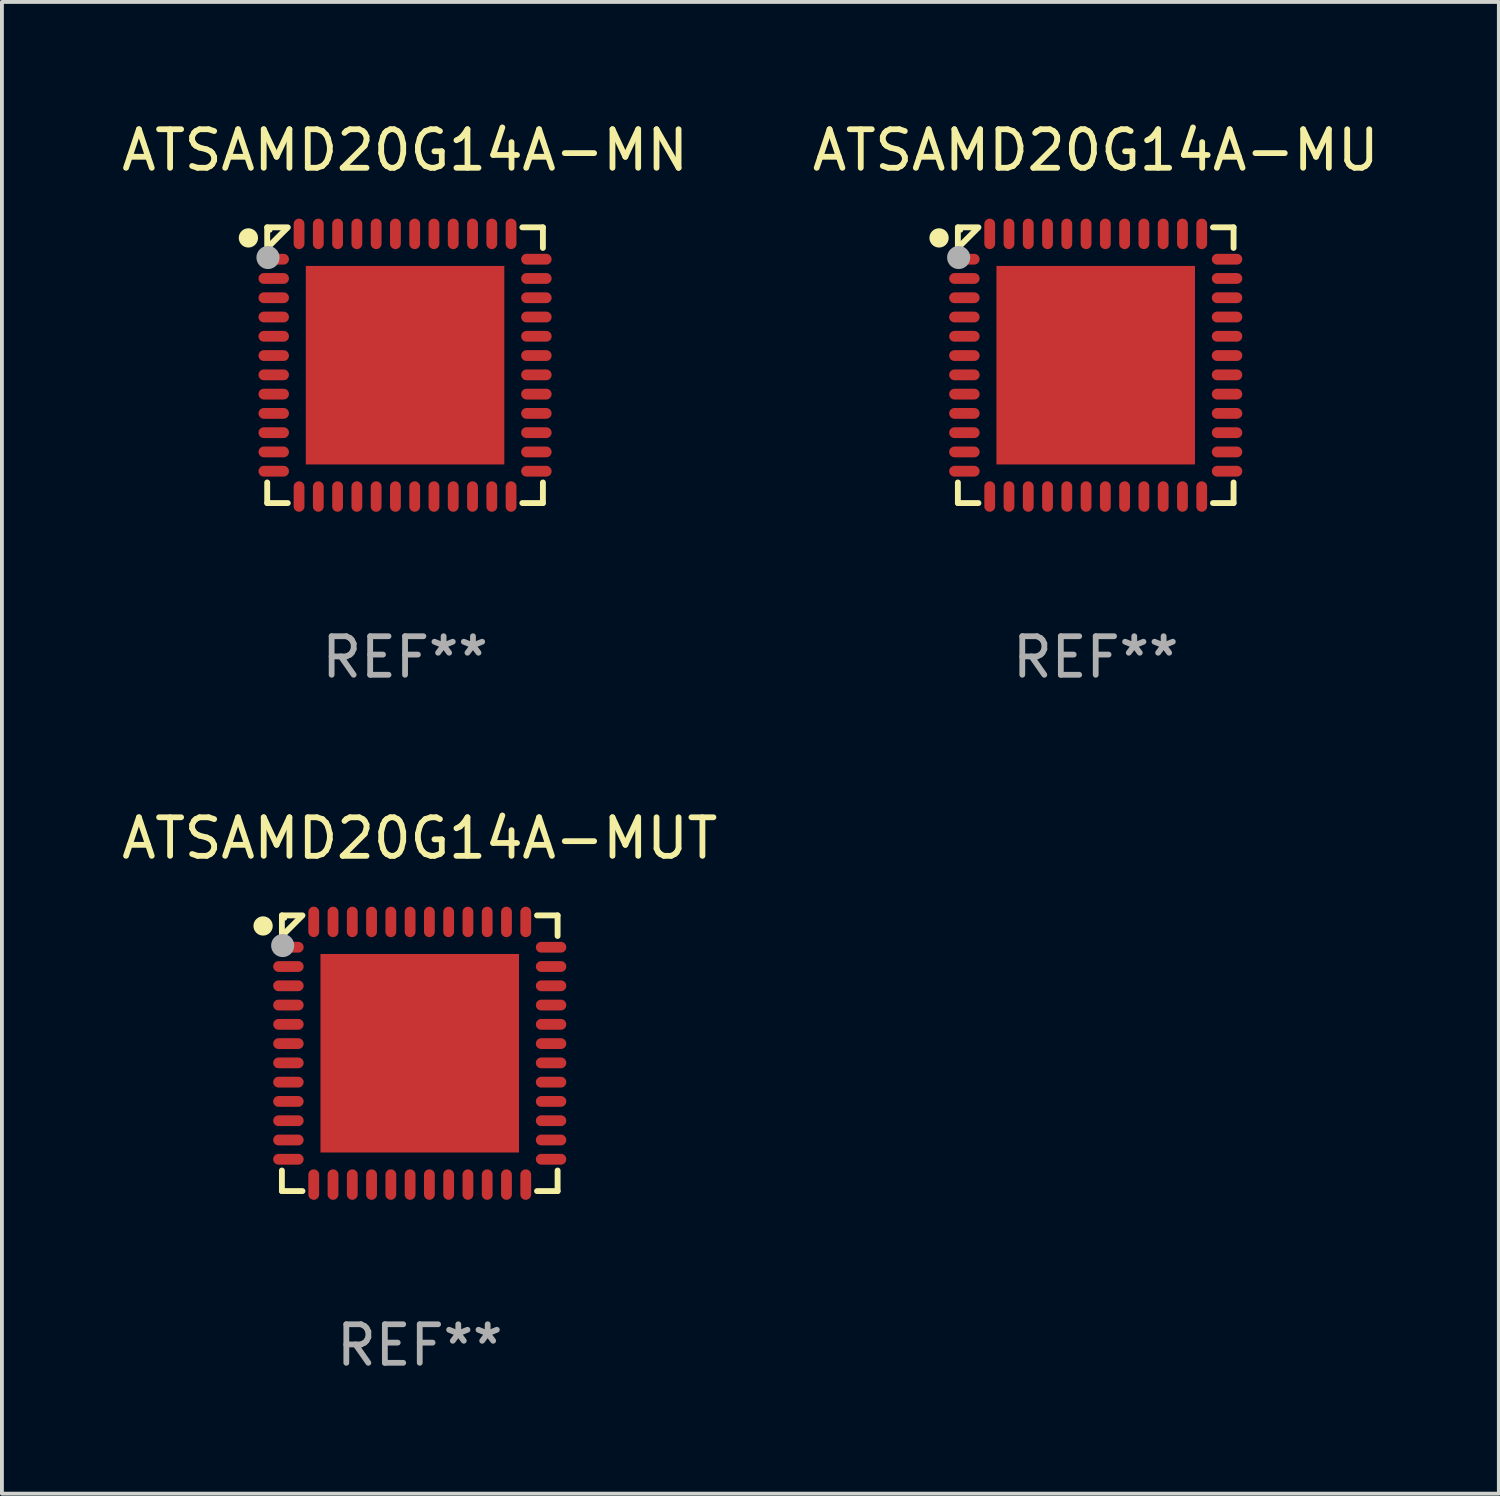
<source format=kicad_pcb>
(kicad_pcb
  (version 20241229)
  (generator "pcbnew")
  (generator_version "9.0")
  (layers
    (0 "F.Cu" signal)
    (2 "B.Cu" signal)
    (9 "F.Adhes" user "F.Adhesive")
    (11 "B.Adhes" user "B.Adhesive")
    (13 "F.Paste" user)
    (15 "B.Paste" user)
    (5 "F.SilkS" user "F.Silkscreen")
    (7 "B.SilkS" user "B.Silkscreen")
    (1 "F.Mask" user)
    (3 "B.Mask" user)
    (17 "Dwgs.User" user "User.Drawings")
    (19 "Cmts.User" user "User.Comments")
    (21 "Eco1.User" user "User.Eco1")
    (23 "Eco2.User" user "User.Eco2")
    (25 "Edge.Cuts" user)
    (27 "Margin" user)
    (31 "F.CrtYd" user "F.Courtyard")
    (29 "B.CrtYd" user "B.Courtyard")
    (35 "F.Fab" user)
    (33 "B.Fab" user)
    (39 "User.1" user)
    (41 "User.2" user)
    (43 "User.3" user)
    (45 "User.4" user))
  (footprint "ATSAMD20G14A-MUT"
    (layer "F.Cu")
    (at 7.839 24.273)
    (property "Reference" "ATSAMD20G14A-MUT" (at 0 -5.576 0) (layer "F.SilkS") (effects (font (size 1 1) (thickness 0.15))))
    (attr through_hole)
    (fp_line (start -3.576 -3.576) (end -3.042 -3.576) (stroke (width 0.152) (type solid)) (layer "F.SilkS"))
    (fp_line (start -3.576 -3.042) (end -3.576 -3.576) (stroke (width 0.152) (type solid)) (layer "F.SilkS"))
    (fp_line (start -3.576 3.042) (end -3.576 3.576) (stroke (width 0.152) (type solid)) (layer "F.SilkS"))
    (fp_line (start -3.576 3.576) (end -3.042 3.576) (stroke (width 0.152) (type solid)) (layer "F.SilkS"))
    (fp_line (start -3.069 -3.549) (end -3.549 -3.069) (stroke (width 0.152) (type solid)) (layer "F.SilkS"))
    (fp_line (start 3.576 -3.576) (end 3.042 -3.576) (stroke (width 0.152) (type solid)) (layer "F.SilkS"))
    (fp_line (start 3.576 -3.042) (end 3.576 -3.576) (stroke (width 0.152) (type solid)) (layer "F.SilkS"))
    (fp_line (start 3.576 3.042) (end 3.576 3.576) (stroke (width 0.152) (type solid)) (layer "F.SilkS"))
    (fp_line (start 3.576 3.576) (end 3.042 3.576) (stroke (width 0.152) (type solid)) (layer "F.SilkS"))
    (fp_circle (center -4.064 -3.302) (end -3.939 -3.302) (stroke (width 0.25) (type solid)) (fill no) (layer "F.SilkS"))
    (fp_circle (center -3.5 -3.5) (end -3.47 -3.5) (stroke (width 0.06) (type solid)) (fill no) (layer "F.SilkS"))
    (fp_circle (center -3.556 -2.794) (end -3.406 -2.794) (stroke (width 0.3) (type solid)) (fill no) (layer "F.Fab"))
    (fp_text user "REF**" (at 0 7.576 0) (layer "F.Fab") (effects (font (size 1 1) (thickness 0.15))))
    (pad "1" smd oval (at -3.407 -2.75) (size 0.79 0.28) (layers "F.Cu" "F.Mask" "F.Paste"))
    (pad "2" smd oval (at -3.407 -2.25) (size 0.79 0.28) (layers "F.Cu" "F.Mask" "F.Paste"))
    (pad "3" smd oval (at -3.407 -1.75) (size 0.79 0.28) (layers "F.Cu" "F.Mask" "F.Paste"))
    (pad "4" smd oval (at -3.407 -1.25) (size 0.79 0.28) (layers "F.Cu" "F.Mask" "F.Paste"))
    (pad "5" smd oval (at -3.407 -0.75) (size 0.79 0.28) (layers "F.Cu" "F.Mask" "F.Paste"))
    (pad "6" smd oval (at -3.407 -0.25) (size 0.79 0.28) (layers "F.Cu" "F.Mask" "F.Paste"))
    (pad "7" smd oval (at -3.407 0.25) (size 0.79 0.28) (layers "F.Cu" "F.Mask" "F.Paste"))
    (pad "8" smd oval (at -3.407 0.75) (size 0.79 0.28) (layers "F.Cu" "F.Mask" "F.Paste"))
    (pad "9" smd oval (at -3.407 1.25) (size 0.79 0.28) (layers "F.Cu" "F.Mask" "F.Paste"))
    (pad "10" smd oval (at -3.407 1.75) (size 0.79 0.28) (layers "F.Cu" "F.Mask" "F.Paste"))
    (pad "11" smd oval (at -3.407 2.25) (size 0.79 0.28) (layers "F.Cu" "F.Mask" "F.Paste"))
    (pad "12" smd oval (at -3.407 2.75) (size 0.79 0.28) (layers "F.Cu" "F.Mask" "F.Paste"))
    (pad "13" smd oval (at -2.75 3.407) (size 0.28 0.79) (layers "F.Cu" "F.Mask" "F.Paste"))
    (pad "14" smd oval (at -2.25 3.407) (size 0.28 0.79) (layers "F.Cu" "F.Mask" "F.Paste"))
    (pad "15" smd oval (at -1.75 3.407) (size 0.28 0.79) (layers "F.Cu" "F.Mask" "F.Paste"))
    (pad "16" smd oval (at -1.25 3.407) (size 0.28 0.79) (layers "F.Cu" "F.Mask" "F.Paste"))
    (pad "17" smd oval (at -0.75 3.407) (size 0.28 0.79) (layers "F.Cu" "F.Mask" "F.Paste"))
    (pad "18" smd oval (at -0.25 3.407) (size 0.28 0.79) (layers "F.Cu" "F.Mask" "F.Paste"))
    (pad "19" smd oval (at 0.25 3.407) (size 0.28 0.79) (layers "F.Cu" "F.Mask" "F.Paste"))
    (pad "20" smd oval (at 0.75 3.407) (size 0.28 0.79) (layers "F.Cu" "F.Mask" "F.Paste"))
    (pad "21" smd oval (at 1.25 3.407) (size 0.28 0.79) (layers "F.Cu" "F.Mask" "F.Paste"))
    (pad "22" smd oval (at 1.75 3.407) (size 0.28 0.79) (layers "F.Cu" "F.Mask" "F.Paste"))
    (pad "23" smd oval (at 2.25 3.407) (size 0.28 0.79) (layers "F.Cu" "F.Mask" "F.Paste"))
    (pad "24" smd oval (at 2.75 3.407) (size 0.28 0.79) (layers "F.Cu" "F.Mask" "F.Paste"))
    (pad "25" smd oval (at 3.407 2.75) (size 0.79 0.28) (layers "F.Cu" "F.Mask" "F.Paste"))
    (pad "26" smd oval (at 3.407 2.25) (size 0.79 0.28) (layers "F.Cu" "F.Mask" "F.Paste"))
    (pad "27" smd oval (at 3.407 1.75) (size 0.79 0.28) (layers "F.Cu" "F.Mask" "F.Paste"))
    (pad "28" smd oval (at 3.407 1.25) (size 0.79 0.28) (layers "F.Cu" "F.Mask" "F.Paste"))
    (pad "29" smd oval (at 3.407 0.75) (size 0.79 0.28) (layers "F.Cu" "F.Mask" "F.Paste"))
    (pad "30" smd oval (at 3.407 0.25) (size 0.79 0.28) (layers "F.Cu" "F.Mask" "F.Paste"))
    (pad "31" smd oval (at 3.407 -0.25) (size 0.79 0.28) (layers "F.Cu" "F.Mask" "F.Paste"))
    (pad "32" smd oval (at 3.407 -0.75) (size 0.79 0.28) (layers "F.Cu" "F.Mask" "F.Paste"))
    (pad "33" smd oval (at 3.407 -1.25) (size 0.79 0.28) (layers "F.Cu" "F.Mask" "F.Paste"))
    (pad "34" smd oval (at 3.407 -1.75) (size 0.79 0.28) (layers "F.Cu" "F.Mask" "F.Paste"))
    (pad "35" smd oval (at 3.407 -2.25) (size 0.79 0.28) (layers "F.Cu" "F.Mask" "F.Paste"))
    (pad "36" smd oval (at 3.407 -2.75) (size 0.79 0.28) (layers "F.Cu" "F.Mask" "F.Paste"))
    (pad "37" smd oval (at 2.75 -3.407) (size 0.28 0.79) (layers "F.Cu" "F.Mask" "F.Paste"))
    (pad "38" smd oval (at 2.25 -3.407) (size 0.28 0.79) (layers "F.Cu" "F.Mask" "F.Paste"))
    (pad "39" smd oval (at 1.75 -3.407) (size 0.28 0.79) (layers "F.Cu" "F.Mask" "F.Paste"))
    (pad "40" smd oval (at 1.25 -3.407) (size 0.28 0.79) (layers "F.Cu" "F.Mask" "F.Paste"))
    (pad "41" smd oval (at 0.75 -3.407) (size 0.28 0.79) (layers "F.Cu" "F.Mask" "F.Paste"))
    (pad "42" smd oval (at 0.25 -3.407) (size 0.28 0.79) (layers "F.Cu" "F.Mask" "F.Paste"))
    (pad "43" smd oval (at -0.25 -3.407) (size 0.28 0.79) (layers "F.Cu" "F.Mask" "F.Paste"))
    (pad "44" smd oval (at -0.75 -3.407) (size 0.28 0.79) (layers "F.Cu" "F.Mask" "F.Paste"))
    (pad "45" smd oval (at -1.25 -3.407) (size 0.28 0.79) (layers "F.Cu" "F.Mask" "F.Paste"))
    (pad "46" smd oval (at -1.75 -3.407) (size 0.28 0.79) (layers "F.Cu" "F.Mask" "F.Paste"))
    (pad "47" smd oval (at -2.25 -3.407) (size 0.28 0.79) (layers "F.Cu" "F.Mask" "F.Paste"))
    (pad "48" smd oval (at -2.75 -3.407) (size 0.28 0.79) (layers "F.Cu" "F.Mask" "F.Paste"))
    (pad "49" smd rect (at 0 0) (size 5.15 5.15) (layers "F.Cu" "F.Mask" "F.Paste")))
  (footprint "ATSAMD20G14A-MU"
    (layer "F.Cu")
    (at 25.375 6.424)
    (property "Reference" "ATSAMD20G14A-MU" (at 0 -5.576 0) (layer "F.SilkS") (effects (font (size 1 1) (thickness 0.15))))
    (attr through_hole)
    (fp_line (start -3.576 -3.576) (end -3.042 -3.576) (stroke (width 0.152) (type solid)) (layer "F.SilkS"))
    (fp_line (start -3.576 -3.042) (end -3.576 -3.576) (stroke (width 0.152) (type solid)) (layer "F.SilkS"))
    (fp_line (start -3.576 3.042) (end -3.576 3.576) (stroke (width 0.152) (type solid)) (layer "F.SilkS"))
    (fp_line (start -3.576 3.576) (end -3.042 3.576) (stroke (width 0.152) (type solid)) (layer "F.SilkS"))
    (fp_line (start -3.069 -3.549) (end -3.549 -3.069) (stroke (width 0.152) (type solid)) (layer "F.SilkS"))
    (fp_line (start 3.576 -3.576) (end 3.042 -3.576) (stroke (width 0.152) (type solid)) (layer "F.SilkS"))
    (fp_line (start 3.576 -3.042) (end 3.576 -3.576) (stroke (width 0.152) (type solid)) (layer "F.SilkS"))
    (fp_line (start 3.576 3.042) (end 3.576 3.576) (stroke (width 0.152) (type solid)) (layer "F.SilkS"))
    (fp_line (start 3.576 3.576) (end 3.042 3.576) (stroke (width 0.152) (type solid)) (layer "F.SilkS"))
    (fp_circle (center -4.064 -3.302) (end -3.939 -3.302) (stroke (width 0.25) (type solid)) (fill no) (layer "F.SilkS"))
    (fp_circle (center -3.5 -3.5) (end -3.47 -3.5) (stroke (width 0.06) (type solid)) (fill no) (layer "F.SilkS"))
    (fp_circle (center -3.556 -2.794) (end -3.406 -2.794) (stroke (width 0.3) (type solid)) (fill no) (layer "F.Fab"))
    (fp_text user "REF**" (at 0 7.576 0) (layer "F.Fab") (effects (font (size 1 1) (thickness 0.15))))
    (pad "1" smd oval (at -3.407 -2.75) (size 0.79 0.28) (layers "F.Cu" "F.Mask" "F.Paste"))
    (pad "2" smd oval (at -3.407 -2.25) (size 0.79 0.28) (layers "F.Cu" "F.Mask" "F.Paste"))
    (pad "3" smd oval (at -3.407 -1.75) (size 0.79 0.28) (layers "F.Cu" "F.Mask" "F.Paste"))
    (pad "4" smd oval (at -3.407 -1.25) (size 0.79 0.28) (layers "F.Cu" "F.Mask" "F.Paste"))
    (pad "5" smd oval (at -3.407 -0.75) (size 0.79 0.28) (layers "F.Cu" "F.Mask" "F.Paste"))
    (pad "6" smd oval (at -3.407 -0.25) (size 0.79 0.28) (layers "F.Cu" "F.Mask" "F.Paste"))
    (pad "7" smd oval (at -3.407 0.25) (size 0.79 0.28) (layers "F.Cu" "F.Mask" "F.Paste"))
    (pad "8" smd oval (at -3.407 0.75) (size 0.79 0.28) (layers "F.Cu" "F.Mask" "F.Paste"))
    (pad "9" smd oval (at -3.407 1.25) (size 0.79 0.28) (layers "F.Cu" "F.Mask" "F.Paste"))
    (pad "10" smd oval (at -3.407 1.75) (size 0.79 0.28) (layers "F.Cu" "F.Mask" "F.Paste"))
    (pad "11" smd oval (at -3.407 2.25) (size 0.79 0.28) (layers "F.Cu" "F.Mask" "F.Paste"))
    (pad "12" smd oval (at -3.407 2.75) (size 0.79 0.28) (layers "F.Cu" "F.Mask" "F.Paste"))
    (pad "13" smd oval (at -2.75 3.407) (size 0.28 0.79) (layers "F.Cu" "F.Mask" "F.Paste"))
    (pad "14" smd oval (at -2.25 3.407) (size 0.28 0.79) (layers "F.Cu" "F.Mask" "F.Paste"))
    (pad "15" smd oval (at -1.75 3.407) (size 0.28 0.79) (layers "F.Cu" "F.Mask" "F.Paste"))
    (pad "16" smd oval (at -1.25 3.407) (size 0.28 0.79) (layers "F.Cu" "F.Mask" "F.Paste"))
    (pad "17" smd oval (at -0.75 3.407) (size 0.28 0.79) (layers "F.Cu" "F.Mask" "F.Paste"))
    (pad "18" smd oval (at -0.25 3.407) (size 0.28 0.79) (layers "F.Cu" "F.Mask" "F.Paste"))
    (pad "19" smd oval (at 0.25 3.407) (size 0.28 0.79) (layers "F.Cu" "F.Mask" "F.Paste"))
    (pad "20" smd oval (at 0.75 3.407) (size 0.28 0.79) (layers "F.Cu" "F.Mask" "F.Paste"))
    (pad "21" smd oval (at 1.25 3.407) (size 0.28 0.79) (layers "F.Cu" "F.Mask" "F.Paste"))
    (pad "22" smd oval (at 1.75 3.407) (size 0.28 0.79) (layers "F.Cu" "F.Mask" "F.Paste"))
    (pad "23" smd oval (at 2.25 3.407) (size 0.28 0.79) (layers "F.Cu" "F.Mask" "F.Paste"))
    (pad "24" smd oval (at 2.75 3.407) (size 0.28 0.79) (layers "F.Cu" "F.Mask" "F.Paste"))
    (pad "25" smd oval (at 3.407 2.75) (size 0.79 0.28) (layers "F.Cu" "F.Mask" "F.Paste"))
    (pad "26" smd oval (at 3.407 2.25) (size 0.79 0.28) (layers "F.Cu" "F.Mask" "F.Paste"))
    (pad "27" smd oval (at 3.407 1.75) (size 0.79 0.28) (layers "F.Cu" "F.Mask" "F.Paste"))
    (pad "28" smd oval (at 3.407 1.25) (size 0.79 0.28) (layers "F.Cu" "F.Mask" "F.Paste"))
    (pad "29" smd oval (at 3.407 0.75) (size 0.79 0.28) (layers "F.Cu" "F.Mask" "F.Paste"))
    (pad "30" smd oval (at 3.407 0.25) (size 0.79 0.28) (layers "F.Cu" "F.Mask" "F.Paste"))
    (pad "31" smd oval (at 3.407 -0.25) (size 0.79 0.28) (layers "F.Cu" "F.Mask" "F.Paste"))
    (pad "32" smd oval (at 3.407 -0.75) (size 0.79 0.28) (layers "F.Cu" "F.Mask" "F.Paste"))
    (pad "33" smd oval (at 3.407 -1.25) (size 0.79 0.28) (layers "F.Cu" "F.Mask" "F.Paste"))
    (pad "34" smd oval (at 3.407 -1.75) (size 0.79 0.28) (layers "F.Cu" "F.Mask" "F.Paste"))
    (pad "35" smd oval (at 3.407 -2.25) (size 0.79 0.28) (layers "F.Cu" "F.Mask" "F.Paste"))
    (pad "36" smd oval (at 3.407 -2.75) (size 0.79 0.28) (layers "F.Cu" "F.Mask" "F.Paste"))
    (pad "37" smd oval (at 2.75 -3.407) (size 0.28 0.79) (layers "F.Cu" "F.Mask" "F.Paste"))
    (pad "38" smd oval (at 2.25 -3.407) (size 0.28 0.79) (layers "F.Cu" "F.Mask" "F.Paste"))
    (pad "39" smd oval (at 1.75 -3.407) (size 0.28 0.79) (layers "F.Cu" "F.Mask" "F.Paste"))
    (pad "40" smd oval (at 1.25 -3.407) (size 0.28 0.79) (layers "F.Cu" "F.Mask" "F.Paste"))
    (pad "41" smd oval (at 0.75 -3.407) (size 0.28 0.79) (layers "F.Cu" "F.Mask" "F.Paste"))
    (pad "42" smd oval (at 0.25 -3.407) (size 0.28 0.79) (layers "F.Cu" "F.Mask" "F.Paste"))
    (pad "43" smd oval (at -0.25 -3.407) (size 0.28 0.79) (layers "F.Cu" "F.Mask" "F.Paste"))
    (pad "44" smd oval (at -0.75 -3.407) (size 0.28 0.79) (layers "F.Cu" "F.Mask" "F.Paste"))
    (pad "45" smd oval (at -1.25 -3.407) (size 0.28 0.79) (layers "F.Cu" "F.Mask" "F.Paste"))
    (pad "46" smd oval (at -1.75 -3.407) (size 0.28 0.79) (layers "F.Cu" "F.Mask" "F.Paste"))
    (pad "47" smd oval (at -2.25 -3.407) (size 0.28 0.79) (layers "F.Cu" "F.Mask" "F.Paste"))
    (pad "48" smd oval (at -2.75 -3.407) (size 0.28 0.79) (layers "F.Cu" "F.Mask" "F.Paste"))
    (pad "49" smd rect (at 0 0) (size 5.15 5.15) (layers "F.Cu" "F.Mask" "F.Paste")))
  (footprint "ATSAMD20G14A-MN"
    (layer "F.Cu")
    (at 7.458 6.424)
    (property "Reference" "ATSAMD20G14A-MN" (at 0 -5.576 0) (layer "F.SilkS") (effects (font (size 1 1) (thickness 0.15))))
    (attr through_hole)
    (fp_line (start -3.576 -3.576) (end -3.042 -3.576) (stroke (width 0.152) (type solid)) (layer "F.SilkS"))
    (fp_line (start -3.576 -3.042) (end -3.576 -3.576) (stroke (width 0.152) (type solid)) (layer "F.SilkS"))
    (fp_line (start -3.576 3.042) (end -3.576 3.576) (stroke (width 0.152) (type solid)) (layer "F.SilkS"))
    (fp_line (start -3.576 3.576) (end -3.042 3.576) (stroke (width 0.152) (type solid)) (layer "F.SilkS"))
    (fp_line (start -3.069 -3.549) (end -3.549 -3.069) (stroke (width 0.152) (type solid)) (layer "F.SilkS"))
    (fp_line (start 3.576 -3.576) (end 3.042 -3.576) (stroke (width 0.152) (type solid)) (layer "F.SilkS"))
    (fp_line (start 3.576 -3.042) (end 3.576 -3.576) (stroke (width 0.152) (type solid)) (layer "F.SilkS"))
    (fp_line (start 3.576 3.042) (end 3.576 3.576) (stroke (width 0.152) (type solid)) (layer "F.SilkS"))
    (fp_line (start 3.576 3.576) (end 3.042 3.576) (stroke (width 0.152) (type solid)) (layer "F.SilkS"))
    (fp_circle (center -4.064 -3.302) (end -3.939 -3.302) (stroke (width 0.25) (type solid)) (fill no) (layer "F.SilkS"))
    (fp_circle (center -3.5 -3.5) (end -3.47 -3.5) (stroke (width 0.06) (type solid)) (fill no) (layer "F.SilkS"))
    (fp_circle (center -3.556 -2.794) (end -3.406 -2.794) (stroke (width 0.3) (type solid)) (fill no) (layer "F.Fab"))
    (fp_text user "REF**" (at 0 7.576 0) (layer "F.Fab") (effects (font (size 1 1) (thickness 0.15))))
    (pad "1" smd oval (at -3.407 -2.75) (size 0.79 0.28) (layers "F.Cu" "F.Mask" "F.Paste"))
    (pad "2" smd oval (at -3.407 -2.25) (size 0.79 0.28) (layers "F.Cu" "F.Mask" "F.Paste"))
    (pad "3" smd oval (at -3.407 -1.75) (size 0.79 0.28) (layers "F.Cu" "F.Mask" "F.Paste"))
    (pad "4" smd oval (at -3.407 -1.25) (size 0.79 0.28) (layers "F.Cu" "F.Mask" "F.Paste"))
    (pad "5" smd oval (at -3.407 -0.75) (size 0.79 0.28) (layers "F.Cu" "F.Mask" "F.Paste"))
    (pad "6" smd oval (at -3.407 -0.25) (size 0.79 0.28) (layers "F.Cu" "F.Mask" "F.Paste"))
    (pad "7" smd oval (at -3.407 0.25) (size 0.79 0.28) (layers "F.Cu" "F.Mask" "F.Paste"))
    (pad "8" smd oval (at -3.407 0.75) (size 0.79 0.28) (layers "F.Cu" "F.Mask" "F.Paste"))
    (pad "9" smd oval (at -3.407 1.25) (size 0.79 0.28) (layers "F.Cu" "F.Mask" "F.Paste"))
    (pad "10" smd oval (at -3.407 1.75) (size 0.79 0.28) (layers "F.Cu" "F.Mask" "F.Paste"))
    (pad "11" smd oval (at -3.407 2.25) (size 0.79 0.28) (layers "F.Cu" "F.Mask" "F.Paste"))
    (pad "12" smd oval (at -3.407 2.75) (size 0.79 0.28) (layers "F.Cu" "F.Mask" "F.Paste"))
    (pad "13" smd oval (at -2.75 3.407) (size 0.28 0.79) (layers "F.Cu" "F.Mask" "F.Paste"))
    (pad "14" smd oval (at -2.25 3.407) (size 0.28 0.79) (layers "F.Cu" "F.Mask" "F.Paste"))
    (pad "15" smd oval (at -1.75 3.407) (size 0.28 0.79) (layers "F.Cu" "F.Mask" "F.Paste"))
    (pad "16" smd oval (at -1.25 3.407) (size 0.28 0.79) (layers "F.Cu" "F.Mask" "F.Paste"))
    (pad "17" smd oval (at -0.75 3.407) (size 0.28 0.79) (layers "F.Cu" "F.Mask" "F.Paste"))
    (pad "18" smd oval (at -0.25 3.407) (size 0.28 0.79) (layers "F.Cu" "F.Mask" "F.Paste"))
    (pad "19" smd oval (at 0.25 3.407) (size 0.28 0.79) (layers "F.Cu" "F.Mask" "F.Paste"))
    (pad "20" smd oval (at 0.75 3.407) (size 0.28 0.79) (layers "F.Cu" "F.Mask" "F.Paste"))
    (pad "21" smd oval (at 1.25 3.407) (size 0.28 0.79) (layers "F.Cu" "F.Mask" "F.Paste"))
    (pad "22" smd oval (at 1.75 3.407) (size 0.28 0.79) (layers "F.Cu" "F.Mask" "F.Paste"))
    (pad "23" smd oval (at 2.25 3.407) (size 0.28 0.79) (layers "F.Cu" "F.Mask" "F.Paste"))
    (pad "24" smd oval (at 2.75 3.407) (size 0.28 0.79) (layers "F.Cu" "F.Mask" "F.Paste"))
    (pad "25" smd oval (at 3.407 2.75) (size 0.79 0.28) (layers "F.Cu" "F.Mask" "F.Paste"))
    (pad "26" smd oval (at 3.407 2.25) (size 0.79 0.28) (layers "F.Cu" "F.Mask" "F.Paste"))
    (pad "27" smd oval (at 3.407 1.75) (size 0.79 0.28) (layers "F.Cu" "F.Mask" "F.Paste"))
    (pad "28" smd oval (at 3.407 1.25) (size 0.79 0.28) (layers "F.Cu" "F.Mask" "F.Paste"))
    (pad "29" smd oval (at 3.407 0.75) (size 0.79 0.28) (layers "F.Cu" "F.Mask" "F.Paste"))
    (pad "30" smd oval (at 3.407 0.25) (size 0.79 0.28) (layers "F.Cu" "F.Mask" "F.Paste"))
    (pad "31" smd oval (at 3.407 -0.25) (size 0.79 0.28) (layers "F.Cu" "F.Mask" "F.Paste"))
    (pad "32" smd oval (at 3.407 -0.75) (size 0.79 0.28) (layers "F.Cu" "F.Mask" "F.Paste"))
    (pad "33" smd oval (at 3.407 -1.25) (size 0.79 0.28) (layers "F.Cu" "F.Mask" "F.Paste"))
    (pad "34" smd oval (at 3.407 -1.75) (size 0.79 0.28) (layers "F.Cu" "F.Mask" "F.Paste"))
    (pad "35" smd oval (at 3.407 -2.25) (size 0.79 0.28) (layers "F.Cu" "F.Mask" "F.Paste"))
    (pad "36" smd oval (at 3.407 -2.75) (size 0.79 0.28) (layers "F.Cu" "F.Mask" "F.Paste"))
    (pad "37" smd oval (at 2.75 -3.407) (size 0.28 0.79) (layers "F.Cu" "F.Mask" "F.Paste"))
    (pad "38" smd oval (at 2.25 -3.407) (size 0.28 0.79) (layers "F.Cu" "F.Mask" "F.Paste"))
    (pad "39" smd oval (at 1.75 -3.407) (size 0.28 0.79) (layers "F.Cu" "F.Mask" "F.Paste"))
    (pad "40" smd oval (at 1.25 -3.407) (size 0.28 0.79) (layers "F.Cu" "F.Mask" "F.Paste"))
    (pad "41" smd oval (at 0.75 -3.407) (size 0.28 0.79) (layers "F.Cu" "F.Mask" "F.Paste"))
    (pad "42" smd oval (at 0.25 -3.407) (size 0.28 0.79) (layers "F.Cu" "F.Mask" "F.Paste"))
    (pad "43" smd oval (at -0.25 -3.407) (size 0.28 0.79) (layers "F.Cu" "F.Mask" "F.Paste"))
    (pad "44" smd oval (at -0.75 -3.407) (size 0.28 0.79) (layers "F.Cu" "F.Mask" "F.Paste"))
    (pad "45" smd oval (at -1.25 -3.407) (size 0.28 0.79) (layers "F.Cu" "F.Mask" "F.Paste"))
    (pad "46" smd oval (at -1.75 -3.407) (size 0.28 0.79) (layers "F.Cu" "F.Mask" "F.Paste"))
    (pad "47" smd oval (at -2.25 -3.407) (size 0.28 0.79) (layers "F.Cu" "F.Mask" "F.Paste"))
    (pad "48" smd oval (at -2.75 -3.407) (size 0.28 0.79) (layers "F.Cu" "F.Mask" "F.Paste"))
    (pad "49" smd rect (at 0 0) (size 5.15 5.15) (layers "F.Cu" "F.Mask" "F.Paste")))
  (gr_rect
    (start -3 -3)
    (end 35.833 35.698)
    (stroke (width 0.1) (type default))
    (fill no)
    (layer "Edge.Cuts")))
</source>
